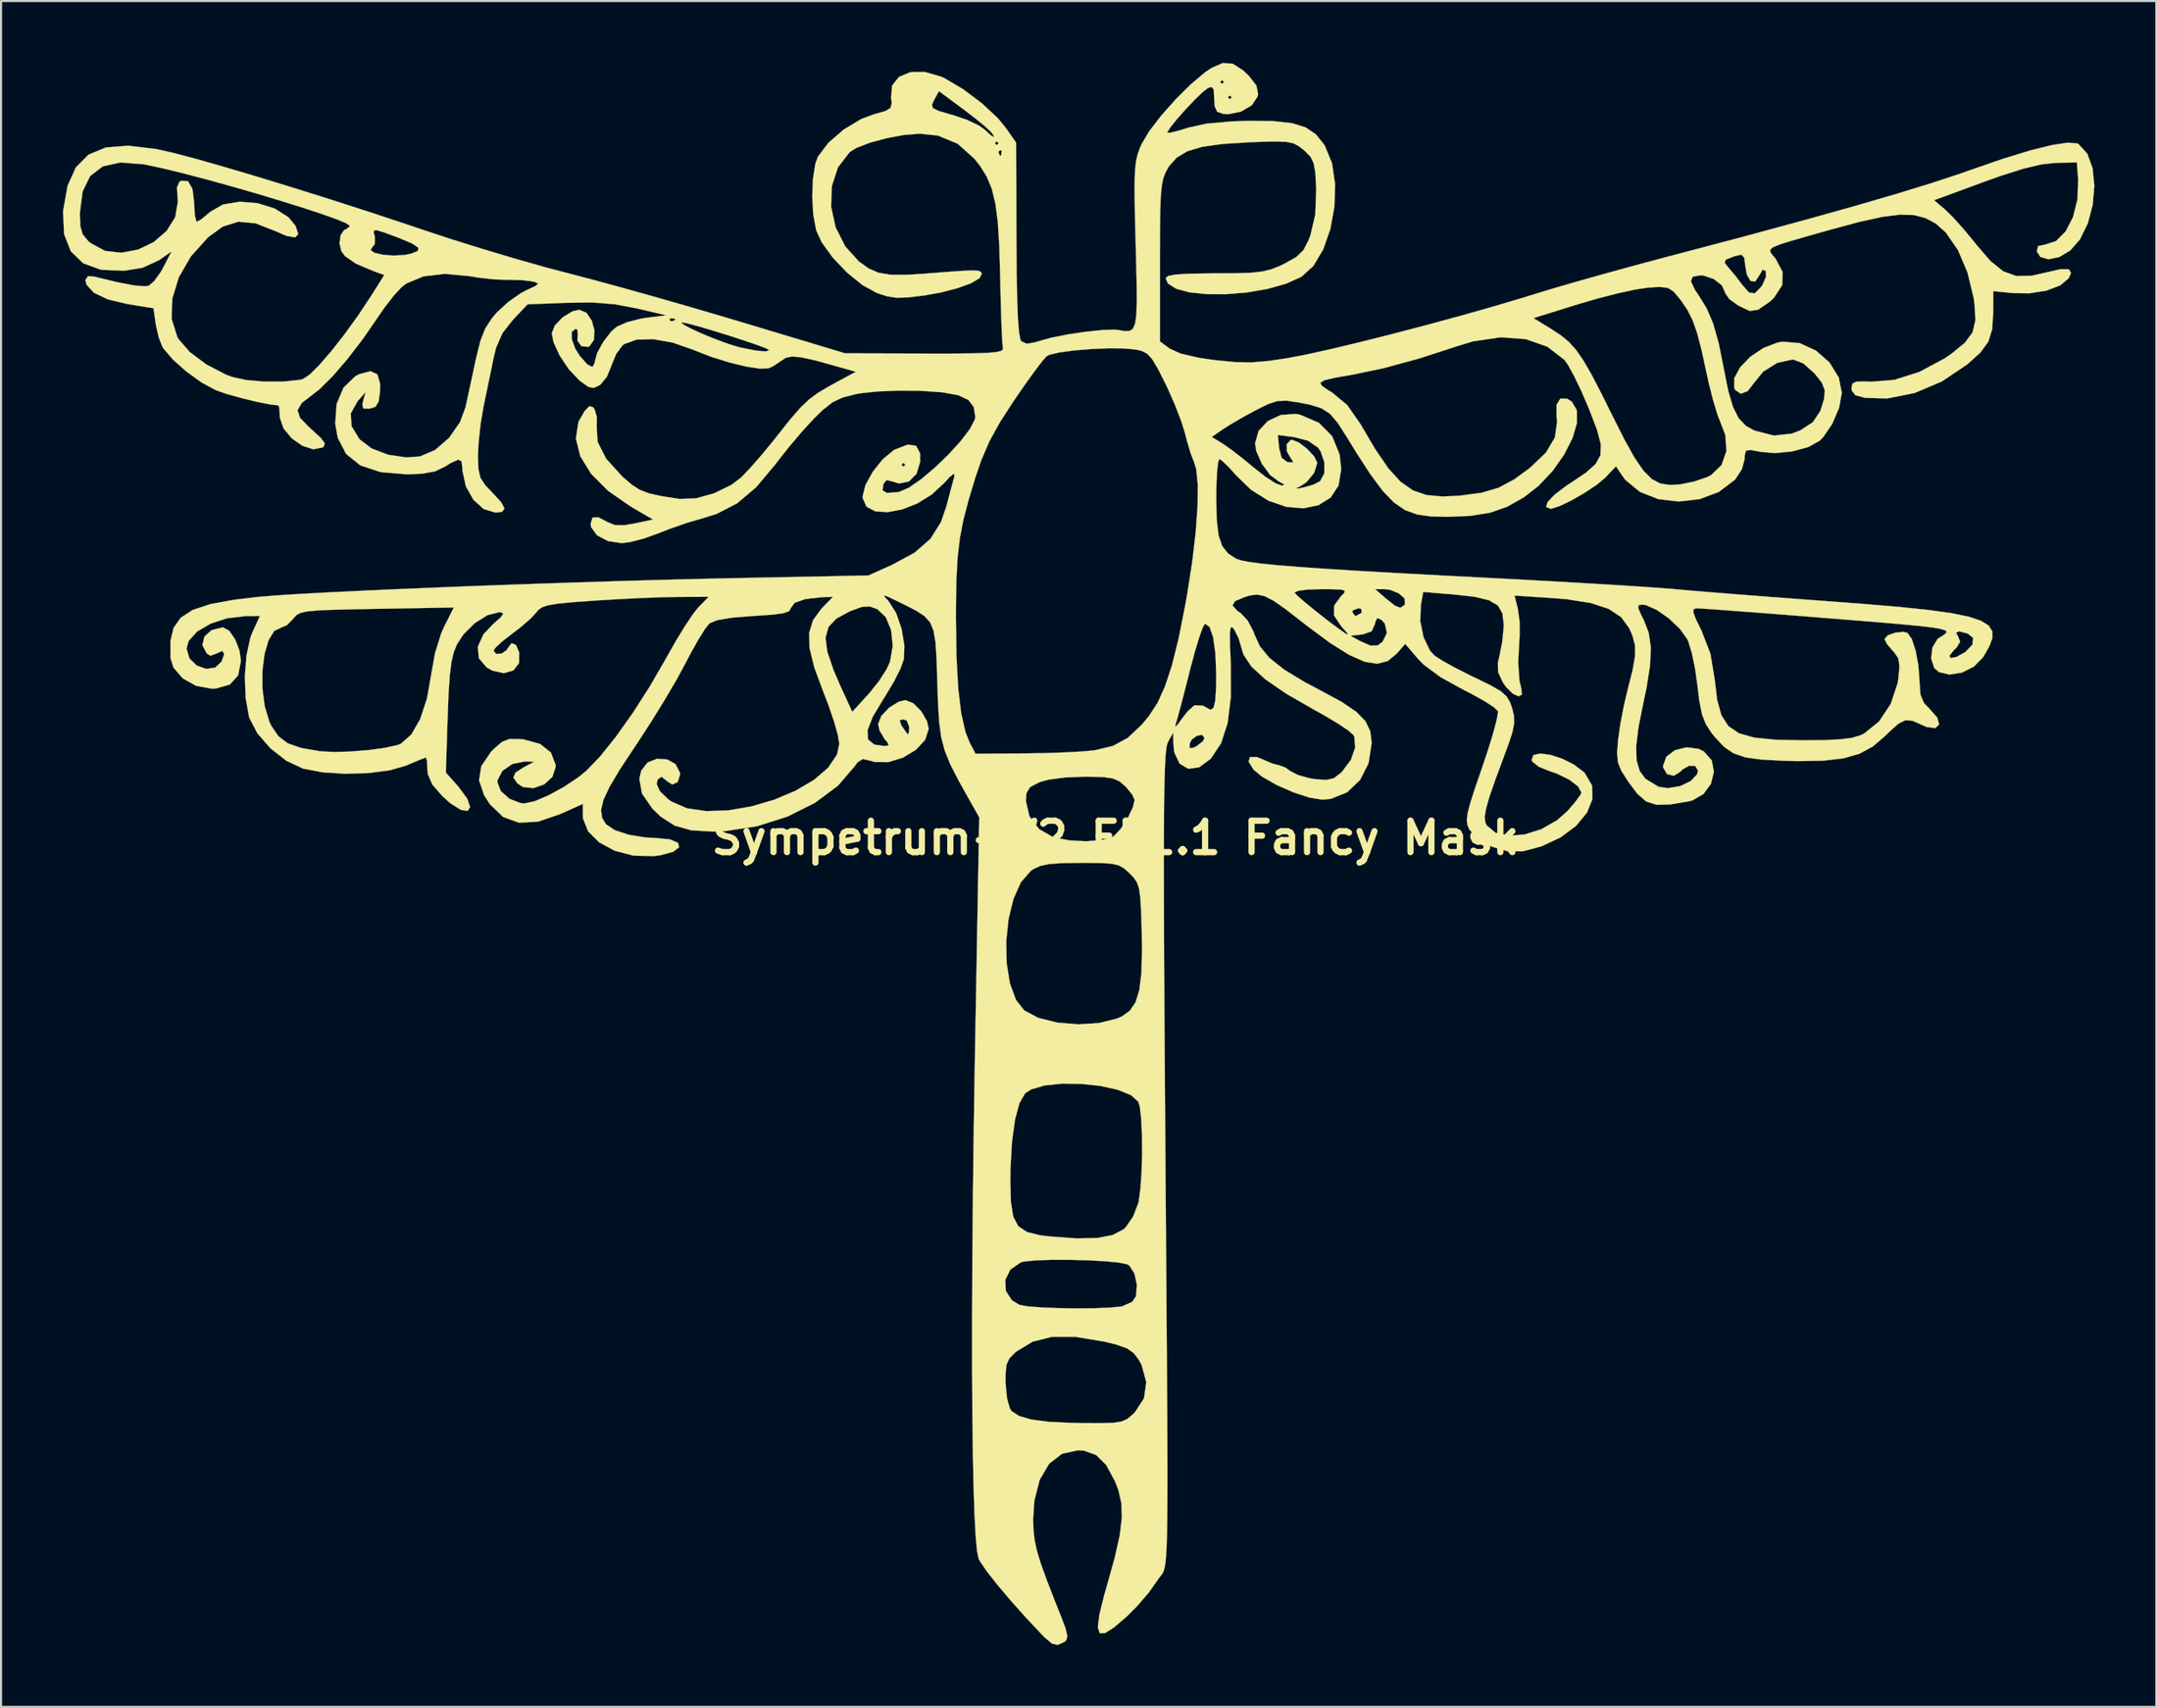
<source format=kicad_pcb>
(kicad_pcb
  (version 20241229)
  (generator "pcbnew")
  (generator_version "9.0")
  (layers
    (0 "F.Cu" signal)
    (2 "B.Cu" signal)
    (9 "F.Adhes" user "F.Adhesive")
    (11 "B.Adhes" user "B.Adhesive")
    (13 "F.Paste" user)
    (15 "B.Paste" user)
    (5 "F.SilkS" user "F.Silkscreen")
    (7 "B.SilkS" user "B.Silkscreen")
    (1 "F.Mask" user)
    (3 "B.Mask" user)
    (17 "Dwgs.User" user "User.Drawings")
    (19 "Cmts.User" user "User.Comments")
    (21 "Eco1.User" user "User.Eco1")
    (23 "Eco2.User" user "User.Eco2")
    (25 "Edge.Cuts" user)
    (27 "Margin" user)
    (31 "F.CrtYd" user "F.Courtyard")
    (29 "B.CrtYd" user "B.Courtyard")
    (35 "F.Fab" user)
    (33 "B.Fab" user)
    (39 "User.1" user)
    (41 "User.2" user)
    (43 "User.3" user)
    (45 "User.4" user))
  (footprint "Sympetrum-V2 FF1.1 Fancy Mask"
    (layer "F.Cu")
    (at 50.949 37.54)
    (property "Reference" "Sympetrum-V2 FF1.1 Fancy Mask" (at 0 0 0) (layer "F.SilkS") (effects (font (size 1.524 1.524) (thickness 0.3))))
    (attr through_hole)
    (fp_poly (pts (xy 5.696 -37.502) (xy 6.211 -37.165) (xy 6.481 -36.905) (xy 6.839 -36.444) (xy 6.917 -36.04) (xy 6.893 -35.911) (xy 6.614 -35.493) (xy 6.096 -35.186) (xy 5.474 -35.059) (xy 5.239 -35.072) (xy 4.94 -35.175) (xy 4.817 -35.447) (xy 4.798 -35.811) (xy 4.794 -35.875) (xy 5.456 -35.875) (xy 5.55 -35.782) (xy 5.644 -35.875) (xy 5.55 -35.968) (xy 5.456 -35.875) (xy 4.794 -35.875) (xy 4.773 -36.245) (xy 4.667 -36.383) (xy 4.485 -36.323) (xy 4.225 -36.12) (xy 3.842 -35.749) (xy 3.408 -35.29) (xy 2.995 -34.824) (xy 2.678 -34.43) (xy 2.527 -34.19) (xy 2.528 -34.157) (xy 2.73 -34.172) (xy 3.169 -34.288) (xy 3.51 -34.398) (xy 4.408 -34.598) (xy 5.664 -34.711) (xy 6.491 -34.735) (xy 7.681 -34.72) (xy 8.567 -34.622) (xy 9.221 -34.419) (xy 9.709 -34.088) (xy 10.102 -33.606) (xy 10.154 -33.522) (xy 10.499 -32.683) (xy 10.647 -31.675) (xy 10.616 -30.586) (xy 10.42 -29.503) (xy 10.076 -28.515) (xy 9.599 -27.71) (xy 9.016 -27.182) (xy 8.269 -26.845) (xy 7.372 -26.593) (xy 6.39 -26.424) (xy 5.391 -26.34) (xy 4.44 -26.341) (xy 3.605 -26.428) (xy 2.952 -26.602) (xy 2.547 -26.862) (xy 2.446 -27.12) (xy 2.557 -27.22) (xy 2.917 -27.289) (xy 3.564 -27.33) (xy 4.538 -27.346) (xy 4.845 -27.347) (xy 5.867 -27.353) (xy 6.602 -27.38) (xy 7.138 -27.44) (xy 7.565 -27.545) (xy 7.972 -27.708) (xy 8.184 -27.81) (xy 8.766 -28.136) (xy 9.12 -28.478) (xy 9.372 -28.976) (xy 9.456 -29.201) (xy 9.69 -30.203) (xy 9.736 -31.418) (xy 9.733 -31.492) (xy 9.692 -32.216) (xy 9.613 -32.68) (xy 9.461 -32.992) (xy 9.199 -33.263) (xy 9.135 -33.319) (xy 8.878 -33.52) (xy 8.622 -33.649) (xy 8.284 -33.717) (xy 7.781 -33.736) (xy 7.029 -33.719) (xy 6.505 -33.699) (xy 5.205 -33.618) (xy 4.223 -33.48) (xy 3.5 -33.266) (xy 2.982 -32.96) (xy 2.61 -32.542) (xy 2.55 -32.445) (xy 2.42 -32.201) (xy 2.323 -31.931) (xy 2.253 -31.577) (xy 2.208 -31.086) (xy 2.181 -30.403) (xy 2.168 -29.47) (xy 2.164 -28.235) (xy 2.164 -27.924) (xy 2.164 -24.052) (xy 2.638 -23.702) (xy 3.17 -23.461) (xy 4.049 -23.257) (xy 4.82 -23.144) (xy 5.773 -23.05) (xy 6.578 -23.034) (xy 7.409 -23.101) (xy 8.359 -23.242) (xy 9.271 -23.418) (xy 10.471 -23.684) (xy 11.888 -24.024) (xy 13.449 -24.417) (xy 15.085 -24.846) (xy 16.318 -25.181) (xy 20.253 -25.181) (xy 21.107 -24.657) (xy 21.571 -24.352) (xy 21.962 -24.031) (xy 22.317 -23.638) (xy 22.678 -23.117) (xy 23.082 -22.414) (xy 23.569 -21.473) (xy 24.05 -20.501) (xy 24.652 -19.306) (xy 25.148 -18.415) (xy 25.579 -17.788) (xy 25.981 -17.385) (xy 26.394 -17.167) (xy 26.856 -17.096) (xy 27.347 -17.124) (xy 28.036 -17.262) (xy 28.675 -17.482) (xy 28.85 -17.57) (xy 29.36 -18.06) (xy 29.598 -18.737) (xy 29.546 -19.513) (xy 29.351 -20.023) (xy 29.169 -20.487) (xy 28.954 -21.2) (xy 28.74 -22.043) (xy 28.634 -22.526) (xy 28.394 -23.63) (xy 28.181 -24.449) (xy 27.966 -25.066) (xy 27.718 -25.563) (xy 27.409 -26.021) (xy 27.337 -26.115) (xy 27.039 -26.469) (xy 26.764 -26.645) (xy 26.376 -26.69) (xy 25.798 -26.657) (xy 25.193 -26.567) (xy 24.348 -26.384) (xy 23.381 -26.136) (xy 22.497 -25.878) (xy 20.253 -25.181) (xy 16.318 -25.181) (xy 16.722 -25.291) (xy 18.289 -25.735) (xy 19.716 -26.158) (xy 20.32 -26.346) (xy 21.201 -26.614) (xy 22.356 -26.949) (xy 23.697 -27.327) (xy 25.133 -27.722) (xy 25.627 -27.855) (xy 29.512 -27.855) (xy 29.694 -27.629) (xy 30.039 -27.218) (xy 30.348 -26.808) (xy 30.686 -26.421) (xy 30.965 -26.378) (xy 31.265 -26.676) (xy 31.339 -26.782) (xy 31.513 -27.18) (xy 31.5 -27.463) (xy 31.349 -27.528) (xy 31.202 -27.27) (xy 30.992 -26.957) (xy 30.768 -26.975) (xy 30.587 -27.289) (xy 30.516 -27.672) (xy 30.459 -28.107) (xy 30.325 -28.252) (xy 30.015 -28.187) (xy 29.919 -28.154) (xy 29.559 -28.006) (xy 29.512 -27.855) (xy 25.627 -27.855) (xy 26.575 -28.109) (xy 27.187 -28.27) (xy 30.367 -29.11) (xy 33.184 -29.874) (xy 35.645 -30.561) (xy 37.756 -31.175) (xy 39.522 -31.717) (xy 40.95 -32.188) (xy 41.409 -32.351) (xy 42.975 -32.893) (xy 44.299 -33.299) (xy 45.359 -33.562) (xy 46.13 -33.678) (xy 46.59 -33.64) (xy 46.637 -33.617) (xy 47.07 -33.147) (xy 47.325 -32.442) (xy 47.411 -31.586) (xy 47.332 -30.668) (xy 47.097 -29.773) (xy 46.712 -28.99) (xy 46.241 -28.452) (xy 45.71 -28.137) (xy 45.196 -28.032) (xy 44.799 -28.142) (xy 44.626 -28.413) (xy 44.685 -28.667) (xy 45.015 -28.737) (xy 45.556 -28.91) (xy 46.024 -29.381) (xy 46.383 -30.081) (xy 46.596 -30.939) (xy 46.628 -31.885) (xy 46.628 -31.889) (xy 46.567 -32.723) (xy 45.532 -32.7) (xy 44.843 -32.626) (xy 43.97 -32.418) (xy 42.854 -32.063) (xy 42.074 -31.784) (xy 39.651 -30.891) (xy 40.192 -30.433) (xy 40.568 -30.064) (xy 41.069 -29.505) (xy 41.596 -28.867) (xy 41.685 -28.754) (xy 42.378 -27.948) (xy 43 -27.447) (xy 43.632 -27.218) (xy 44.358 -27.229) (xy 45.05 -27.383) (xy 45.774 -27.549) (xy 46.179 -27.546) (xy 46.283 -27.368) (xy 46.165 -27.106) (xy 45.757 -26.762) (xy 45.087 -26.511) (xy 44.263 -26.381) (xy 43.509 -26.39) (xy 42.521 -26.486) (xy 42.515 -25.433) (xy 42.463 -24.635) (xy 42.277 -24.037) (xy 41.891 -23.509) (xy 41.257 -22.937) (xy 40.025 -22.11) (xy 38.709 -21.552) (xy 37.387 -21.288) (xy 36.313 -21.317) (xy 35.845 -21.443) (xy 35.665 -21.671) (xy 35.654 -21.785) (xy 35.696 -22.003) (xy 35.885 -22.101) (xy 36.314 -22.111) (xy 36.599 -22.096) (xy 37.728 -22.188) (xy 38.946 -22.575) (xy 40.165 -23.228) (xy 40.506 -23.463) (xy 41.147 -23.988) (xy 41.516 -24.491) (xy 41.655 -25.083) (xy 41.609 -25.877) (xy 41.565 -26.177) (xy 41.267 -27.404) (xy 40.805 -28.481) (xy 40.221 -29.328) (xy 39.734 -29.761) (xy 39.238 -30.026) (xy 38.682 -30.172) (xy 38.009 -30.193) (xy 37.159 -30.088) (xy 36.076 -29.852) (xy 34.702 -29.483) (xy 34.689 -29.48) (xy 33.548 -29.157) (xy 32.723 -28.92) (xy 32.172 -28.746) (xy 31.851 -28.613) (xy 31.716 -28.498) (xy 31.724 -28.378) (xy 31.831 -28.23) (xy 31.971 -28.064) (xy 32.321 -27.409) (xy 32.298 -26.78) (xy 31.901 -26.168) (xy 31.703 -25.981) (xy 31.137 -25.589) (xy 30.728 -25.527) (xy 30.715 -25.531) (xy 30.165 -25.792) (xy 29.738 -26.103) (xy 29.542 -26.384) (xy 29.539 -26.412) (xy 29.375 -26.77) (xy 28.974 -27.08) (xy 28.473 -27.246) (xy 28.349 -27.254) (xy 27.965 -27.189) (xy 27.874 -26.967) (xy 28.069 -26.55) (xy 28.227 -26.32) (xy 28.636 -25.661) (xy 28.958 -24.903) (xy 29.225 -23.955) (xy 29.461 -22.772) (xy 29.681 -21.668) (xy 29.915 -20.873) (xy 30.192 -20.323) (xy 30.543 -19.958) (xy 30.957 -19.731) (xy 31.89 -19.489) (xy 32.763 -19.583) (xy 33.181 -19.745) (xy 33.779 -20.134) (xy 34.147 -20.683) (xy 34.324 -21.262) (xy 34.361 -21.68) (xy 34.218 -22.053) (xy 33.858 -22.508) (xy 33.311 -22.993) (xy 32.823 -23.175) (xy 32.803 -23.175) (xy 32.055 -23.011) (xy 31.372 -22.584) (xy 30.949 -22.06) (xy 30.628 -21.645) (xy 30.296 -21.517) (xy 30.029 -21.694) (xy 29.979 -21.796) (xy 29.979 -22.27) (xy 30.262 -22.797) (xy 30.754 -23.306) (xy 31.382 -23.729) (xy 32.074 -23.995) (xy 32.307 -24.037) (xy 33.142 -23.968) (xy 33.931 -23.607) (xy 34.59 -23.027) (xy 35.036 -22.3) (xy 35.184 -21.564) (xy 35.055 -20.842) (xy 34.722 -20.06) (xy 34.27 -19.398) (xy 34.119 -19.246) (xy 33.563 -18.934) (xy 32.789 -18.723) (xy 31.948 -18.64) (xy 31.232 -18.705) (xy 30.755 -18.796) (xy 30.54 -18.753) (xy 30.482 -18.529) (xy 30.48 -18.362) (xy 30.348 -17.865) (xy 30.023 -17.367) (xy 30.01 -17.353) (xy 29.232 -16.762) (xy 28.296 -16.41) (xy 27.289 -16.295) (xy 26.297 -16.413) (xy 25.408 -16.762) (xy 24.708 -17.339) (xy 24.563 -17.533) (xy 24.251 -18.002) (xy 23.737 -17.46) (xy 23.332 -17.118) (xy 22.755 -16.732) (xy 22.12 -16.365) (xy 21.54 -16.083) (xy 21.127 -15.948) (xy 21.079 -15.945) (xy 20.865 -16.034) (xy 20.944 -16.276) (xy 21.288 -16.634) (xy 21.866 -17.071) (xy 22.072 -17.206) (xy 22.795 -17.692) (xy 23.264 -18.11) (xy 23.498 -18.54) (xy 23.516 -19.061) (xy 23.337 -19.753) (xy 22.98 -20.693) (xy 22.931 -20.814) (xy 22.576 -21.638) (xy 22.224 -22.371) (xy 21.922 -22.921) (xy 21.757 -23.153) (xy 20.927 -23.795) (xy 19.882 -24.163) (xy 18.67 -24.252) (xy 17.336 -24.055) (xy 16.615 -23.839) (xy 14.746 -23.232) (xy 12.995 -22.754) (xy 11.477 -22.437) (xy 10.636 -22.29) (xy 10.133 -22.172) (xy 9.933 -22.052) (xy 10.003 -21.902) (xy 10.307 -21.693) (xy 10.486 -21.587) (xy 11.229 -20.973) (xy 11.864 -20.066) (xy 12.588 -18.836) (xy 13.219 -17.913) (xy 13.811 -17.258) (xy 14.413 -16.835) (xy 15.077 -16.607) (xy 15.855 -16.538) (xy 16.697 -16.58) (xy 17.742 -16.719) (xy 18.568 -16.963) (xy 19.332 -17.373) (xy 20.088 -17.929) (xy 20.862 -18.669) (xy 21.291 -19.398) (xy 21.4 -20.165) (xy 21.371 -20.427) (xy 21.369 -20.983) (xy 21.555 -21.28) (xy 21.884 -21.276) (xy 22.11 -21.134) (xy 22.358 -20.707) (xy 22.358 -20.096) (xy 22.141 -19.362) (xy 21.738 -18.569) (xy 21.182 -17.779) (xy 20.503 -17.057) (xy 19.796 -16.504) (xy 18.986 -16.046) (xy 18.165 -15.756) (xy 17.212 -15.602) (xy 16.113 -15.554) (xy 15.293 -15.572) (xy 14.615 -15.669) (xy 14.031 -15.883) (xy 13.493 -16.253) (xy 12.953 -16.815) (xy 12.362 -17.609) (xy 11.673 -18.672) (xy 11.213 -19.422) (xy 10.771 -20.112) (xy 10.395 -20.552) (xy 9.977 -20.819) (xy 9.406 -20.993) (xy 8.87 -21.097) (xy 8.288 -21.182) (xy 7.849 -21.163) (xy 7.395 -21.011) (xy 6.804 -20.719) (xy 6.142 -20.358) (xy 5.535 -20.002) (xy 5.208 -19.792) (xy 4.677 -19.423) (xy 5.208 -19.096) (xy 5.626 -18.804) (xy 6.195 -18.363) (xy 6.742 -17.913) (xy 7.285 -17.487) (xy 7.756 -17.184) (xy 8.054 -17.069) (xy 8.059 -17.069) (xy 8.203 -17.113) (xy 7.991 -17.231) (xy 7.95 -17.248) (xy 7.504 -17.579) (xy 7.1 -18.127) (xy 6.831 -18.744) (xy 6.774 -19.108) (xy 6.889 -19.52) (xy 7.874 -19.52) (xy 7.935 -18.892) (xy 8.057 -18.411) (xy 8.331 -18.208) (xy 8.373 -18.199) (xy 8.623 -18.189) (xy 8.551 -18.335) (xy 8.514 -18.374) (xy 8.312 -18.728) (xy 8.309 -19.075) (xy 8.496 -19.272) (xy 8.569 -19.282) (xy 8.897 -19.152) (xy 9.297 -18.844) (xy 9.636 -18.477) (xy 9.784 -18.172) (xy 9.784 -18.166) (xy 9.632 -17.68) (xy 9.261 -17.229) (xy 8.972 -17.042) (xy 8.745 -16.931) (xy 8.845 -16.924) (xy 9.124 -16.975) (xy 9.609 -17.117) (xy 9.924 -17.28) (xy 10.125 -17.657) (xy 10.13 -18.19) (xy 9.948 -18.726) (xy 9.829 -18.902) (xy 9.337 -19.242) (xy 8.686 -19.412) (xy 7.874 -19.52) (xy 6.889 -19.52) (xy 6.943 -19.712) (xy 7.389 -20.192) (xy 8.019 -20.487) (xy 8.742 -20.538) (xy 8.957 -20.499) (xy 9.864 -20.109) (xy 10.504 -19.462) (xy 10.865 -18.575) (xy 10.944 -17.869) (xy 10.816 -17.072) (xy 10.431 -16.487) (xy 9.844 -16.118) (xy 9.111 -15.966) (xy 8.287 -16.037) (xy 7.426 -16.334) (xy 6.583 -16.86) (xy 5.879 -17.541) (xy 5.48 -17.983) (xy 5.167 -18.278) (xy 5.04 -18.355) (xy 4.979 -18.182) (xy 4.93 -17.716) (xy 4.899 -17.035) (xy 4.892 -16.449) (xy 4.916 -15.405) (xy 5.004 -14.659) (xy 5.179 -14.141) (xy 5.463 -13.781) (xy 5.845 -13.528) (xy 6.074 -13.448) (xy 6.467 -13.37) (xy 7.051 -13.291) (xy 7.847 -13.21) (xy 8.882 -13.126) (xy 10.178 -13.035) (xy 11.759 -12.936) (xy 13.651 -12.828) (xy 15.876 -12.709) (xy 17.78 -12.611) (xy 19.5 -12.521) (xy 21.183 -12.428) (xy 22.772 -12.337) (xy 24.212 -12.251) (xy 25.446 -12.172) (xy 26.419 -12.104) (xy 27.075 -12.051) (xy 27.093 -12.049) (xy 27.832 -11.983) (xy 28.87 -11.897) (xy 30.129 -11.797) (xy 31.533 -11.688) (xy 33.006 -11.577) (xy 34.149 -11.492) (xy 36.236 -11.335) (xy 37.972 -11.188) (xy 39.384 -11.041) (xy 40.497 -10.886) (xy 41.337 -10.714) (xy 41.929 -10.516) (xy 42.298 -10.283) (xy 42.471 -10.006) (xy 42.473 -9.676) (xy 42.329 -9.284) (xy 42.066 -8.822) (xy 42.017 -8.745) (xy 41.575 -8.294) (xy 40.998 -8.008) (xy 40.398 -7.913) (xy 39.887 -8.033) (xy 39.655 -8.237) (xy 39.51 -8.702) (xy 39.525 -8.825) (xy 40.394 -8.825) (xy 40.454 -8.709) (xy 40.73 -8.763) (xy 41.158 -8.999) (xy 41.163 -9.002) (xy 41.51 -9.359) (xy 41.542 -9.686) (xy 41.283 -9.899) (xy 40.858 -10.011) (xy 40.714 -9.935) (xy 40.815 -9.75) (xy 40.914 -9.503) (xy 40.737 -9.219) (xy 40.614 -9.101) (xy 40.394 -8.825) (xy 39.525 -8.825) (xy 39.575 -9.229) (xy 39.82 -9.634) (xy 39.887 -9.684) (xy 40.079 -9.802) (xy 40.214 -9.9) (xy 40.26 -9.983) (xy 40.189 -10.056) (xy 39.967 -10.125) (xy 39.566 -10.193) (xy 38.954 -10.266) (xy 38.101 -10.348) (xy 36.975 -10.445) (xy 35.545 -10.561) (xy 33.782 -10.702) (xy 33.114 -10.755) (xy 31.821 -10.857) (xy 30.641 -10.948) (xy 29.629 -11.024) (xy 28.841 -11.081) (xy 28.333 -11.115) (xy 28.172 -11.123) (xy 28.012 -11.086) (xy 27.991 -10.929) (xy 28.125 -10.579) (xy 28.381 -10.058) (xy 28.819 -8.932) (xy 29.03 -7.667) (xy 29.03 -7.662) (xy 29.147 -6.684) (xy 29.351 -5.947) (xy 29.687 -5.419) (xy 30.206 -5.066) (xy 30.956 -4.856) (xy 31.983 -4.754) (xy 33.302 -4.728) (xy 34.364 -4.738) (xy 35.128 -4.775) (xy 35.669 -4.847) (xy 36.065 -4.963) (xy 36.266 -5.057) (xy 36.988 -5.641) (xy 37.548 -6.482) (xy 37.885 -7.484) (xy 37.923 -7.719) (xy 37.977 -8.321) (xy 37.919 -8.699) (xy 37.722 -8.991) (xy 37.651 -9.064) (xy 37.366 -9.4) (xy 37.253 -9.637) (xy 37.413 -9.814) (xy 37.775 -9.943) (xy 38.168 -9.981) (xy 38.365 -9.93) (xy 38.572 -9.634) (xy 38.756 -9.077) (xy 38.889 -8.366) (xy 38.945 -7.611) (xy 38.946 -7.554) (xy 38.992 -6.935) (xy 39.168 -6.527) (xy 39.417 -6.269) (xy 39.804 -5.831) (xy 39.894 -5.494) (xy 39.715 -5.32) (xy 39.297 -5.372) (xy 39.053 -5.479) (xy 38.611 -5.675) (xy 38.268 -5.703) (xy 37.921 -5.53) (xy 37.465 -5.124) (xy 37.26 -4.92) (xy 36.683 -4.428) (xy 36.041 -4.078) (xy 35.264 -3.855) (xy 34.285 -3.741) (xy 33.035 -3.72) (xy 32.367 -3.737) (xy 31.302 -3.793) (xy 30.526 -3.9) (xy 29.95 -4.094) (xy 29.486 -4.407) (xy 29.047 -4.874) (xy 28.87 -5.096) (xy 28.598 -5.513) (xy 28.413 -5.993) (xy 28.283 -6.647) (xy 28.198 -7.359) (xy 28.082 -8.186) (xy 27.923 -8.953) (xy 27.749 -9.524) (xy 27.704 -9.624) (xy 27.343 -10.13) (xy 26.811 -10.634) (xy 26.223 -11.047) (xy 25.696 -11.28) (xy 25.537 -11.303) (xy 25.346 -11.28) (xy 25.322 -11.141) (xy 25.469 -10.8) (xy 25.584 -10.575) (xy 25.83 -9.948) (xy 25.936 -9.237) (xy 25.901 -8.368) (xy 25.727 -7.267) (xy 25.584 -6.591) (xy 25.339 -5.37) (xy 25.226 -4.441) (xy 25.246 -3.748) (xy 25.4 -3.236) (xy 25.674 -2.865) (xy 26.311 -2.476) (xy 26.761 -2.41) (xy 27.36 -2.508) (xy 27.872 -2.755) (xy 28.181 -3.086) (xy 28.222 -3.255) (xy 28.092 -3.479) (xy 27.793 -3.497) (xy 27.465 -3.314) (xy 27.376 -3.214) (xy 27.052 -3.01) (xy 26.721 -3.092) (xy 26.535 -3.408) (xy 26.529 -3.494) (xy 26.692 -3.937) (xy 27.107 -4.248) (xy 27.661 -4.388) (xy 28.241 -4.316) (xy 28.506 -4.188) (xy 28.885 -3.755) (xy 28.99 -3.202) (xy 28.849 -2.628) (xy 28.491 -2.132) (xy 27.946 -1.814) (xy 27.804 -1.777) (xy 26.877 -1.62) (xy 26.212 -1.606) (xy 25.715 -1.766) (xy 25.289 -2.131) (xy 24.847 -2.72) (xy 24.508 -3.253) (xy 24.341 -3.673) (xy 24.305 -4.145) (xy 24.352 -4.751) (xy 24.464 -5.536) (xy 24.644 -6.463) (xy 24.834 -7.254) (xy 25.063 -8.165) (xy 25.174 -8.825) (xy 25.169 -9.335) (xy 25.05 -9.793) (xy 24.896 -10.148) (xy 24.506 -10.689) (xy 23.9 -11.093) (xy 23.034 -11.379) (xy 21.864 -11.563) (xy 21.155 -11.621) (xy 19.336 -11.739) (xy 19.493 -11.107) (xy 19.581 -10.481) (xy 19.585 -9.798) (xy 19.579 -9.734) (xy 19.513 -8.514) (xy 19.575 -7.605) (xy 19.66 -7.258) (xy 19.691 -6.941) (xy 19.529 -6.859) (xy 19.25 -6.99) (xy 18.928 -7.309) (xy 18.766 -7.546) (xy 18.543 -8.028) (xy 18.53 -8.483) (xy 18.614 -8.843) (xy 18.747 -9.519) (xy 18.813 -10.245) (xy 18.814 -10.332) (xy 18.754 -10.871) (xy 18.536 -11.254) (xy 18.104 -11.512) (xy 17.404 -11.681) (xy 16.44 -11.789) (xy 14.915 -11.915) (xy 14.8 -11.288) (xy 14.771 -10.499) (xy 14.932 -9.713) (xy 15.244 -9.07) (xy 15.466 -8.828) (xy 15.83 -8.591) (xy 16.429 -8.258) (xy 17.156 -7.888) (xy 17.448 -7.748) (xy 18.193 -7.384) (xy 18.671 -7.106) (xy 18.956 -6.851) (xy 19.126 -6.556) (xy 19.217 -6.293) (xy 19.309 -5.916) (xy 19.32 -5.558) (xy 19.233 -5.121) (xy 19.031 -4.505) (xy 18.823 -3.944) (xy 18.413 -2.838) (xy 18.13 -2.022) (xy 17.962 -1.441) (xy 17.894 -1.043) (xy 17.914 -0.772) (xy 17.989 -0.604) (xy 18.424 -0.244) (xy 19.067 -0.103) (xy 19.832 -0.168) (xy 20.636 -0.422) (xy 21.393 -0.852) (xy 21.896 -1.297) (xy 22.276 -1.739) (xy 22.524 -2.077) (xy 22.578 -2.197) (xy 22.412 -2.498) (xy 21.977 -2.828) (xy 21.369 -3.123) (xy 21.041 -3.233) (xy 20.506 -3.45) (xy 20.198 -3.699) (xy 20.165 -3.775) (xy 20.25 -4.011) (xy 20.581 -4.087) (xy 21.072 -4.023) (xy 21.642 -3.838) (xy 22.208 -3.555) (xy 22.684 -3.193) (xy 22.739 -3.137) (xy 23.089 -2.54) (xy 23.111 -1.885) (xy 22.842 -1.219) (xy 22.317 -0.585) (xy 21.57 -0.027) (xy 20.639 0.409) (xy 19.728 0.651) (xy 19.001 0.645) (xy 18.235 0.424) (xy 17.568 0.047) (xy 17.146 -0.415) (xy 17.054 -0.633) (xy 17.026 -0.887) (xy 17.075 -1.241) (xy 17.215 -1.76) (xy 17.458 -2.508) (xy 17.762 -3.387) (xy 18.068 -4.303) (xy 18.313 -5.106) (xy 18.476 -5.726) (xy 18.537 -6.093) (xy 18.531 -6.147) (xy 18.326 -6.341) (xy 17.861 -6.641) (xy 17.219 -6.997) (xy 16.854 -7.181) (xy 15.749 -7.792) (xy 14.933 -8.399) (xy 14.663 -8.675) (xy 14.045 -9.4) (xy 13.632 -8.927) (xy 13.204 -8.573) (xy 12.701 -8.437) (xy 12.088 -8.531) (xy 11.331 -8.865) (xy 10.397 -9.451) (xy 9.937 -9.793) (xy 11.389 -9.793) (xy 11.856 -9.538) (xy 12.366 -9.313) (xy 12.712 -9.325) (xy 12.945 -9.493) (xy 13.156 -9.924) (xy 13.057 -10.379) (xy 12.903 -10.556) (xy 12.691 -10.656) (xy 12.589 -10.445) (xy 12.573 -10.347) (xy 12.414 -10.009) (xy 12.002 -9.863) (xy 11.95 -9.856) (xy 11.389 -9.793) (xy 9.937 -9.793) (xy 9.253 -10.301) (xy 9.031 -10.476) (xy 8.24 -11.09) (xy 7.663 -11.493) (xy 7.23 -11.715) (xy 6.87 -11.788) (xy 6.514 -11.742) (xy 6.294 -11.677) (xy 5.805 -11.473) (xy 5.677 -11.267) (xy 5.898 -11.012) (xy 6.079 -10.886) (xy 6.413 -10.529) (xy 6.694 -9.997) (xy 6.74 -9.862) (xy 7.01 -9.272) (xy 7.471 -8.718) (xy 8.171 -8.16) (xy 9.154 -7.561) (xy 9.965 -7.131) (xy 10.975 -6.583) (xy 11.676 -6.107) (xy 12.119 -5.652) (xy 12.35 -5.168) (xy 12.418 -4.606) (xy 12.418 -4.592) (xy 12.269 -3.619) (xy 11.858 -2.807) (xy 11.234 -2.212) (xy 10.447 -1.893) (xy 10.037 -1.854) (xy 9.406 -1.954) (xy 8.616 -2.213) (xy 7.805 -2.571) (xy 7.109 -2.97) (xy 6.708 -3.299) (xy 6.461 -3.693) (xy 6.526 -3.917) (xy 6.857 -3.919) (xy 7.151 -3.8) (xy 7.599 -3.606) (xy 7.921 -3.523) (xy 7.925 -3.523) (xy 8.24 -3.408) (xy 8.466 -3.245) (xy 8.838 -3.051) (xy 9.405 -2.892) (xy 9.641 -2.851) (xy 10.214 -2.805) (xy 10.589 -2.891) (xy 10.932 -3.154) (xy 10.984 -3.205) (xy 11.411 -3.776) (xy 11.622 -4.379) (xy 11.581 -4.896) (xy 11.534 -4.988) (xy 11.297 -5.198) (xy 10.807 -5.527) (xy 10.142 -5.926) (xy 9.629 -6.211) (xy 8.283 -6.986) (xy 7.278 -7.677) (xy 6.596 -8.301) (xy 6.216 -8.875) (xy 6.135 -9.136) (xy 5.975 -9.679) (xy 5.758 -10.11) (xy 5.757 -10.111) (xy 5.646 -10.22) (xy 5.579 -10.153) (xy 5.551 -9.86) (xy 5.559 -9.293) (xy 5.596 -8.421) (xy 5.601 -6.841) (xy 5.446 -5.569) (xy 5.123 -4.578) (xy 4.627 -3.837) (xy 4.623 -3.832) (xy 4.062 -3.418) (xy 3.54 -3.348) (xy 3.12 -3.597) (xy 2.864 -4.138) (xy 2.841 -4.344) (xy 3.605 -4.344) (xy 3.798 -4.373) (xy 3.934 -4.441) (xy 4.241 -4.675) (xy 4.327 -4.841) (xy 4.211 -4.991) (xy 3.956 -4.948) (xy 3.706 -4.764) (xy 3.607 -4.571) (xy 3.605 -4.344) (xy 2.841 -4.344) (xy 2.816 -4.576) (xy 2.809 -5.099) (xy 2.55 -4.638) (xy 2.506 -4.511) (xy 2.468 -4.283) (xy 2.436 -3.934) (xy 2.409 -3.443) (xy 2.388 -2.788) (xy 2.372 -1.948) (xy 2.362 -0.902) (xy 2.356 0.372) (xy 2.356 1.893) (xy 2.36 3.683) (xy 2.368 5.764) (xy 2.381 8.156) (xy 2.399 10.881) (xy 2.416 13.346) (xy 2.44 16.654) (xy 2.461 19.61) (xy 2.481 22.237) (xy 2.497 24.553) (xy 2.51 26.579) (xy 2.52 28.335) (xy 2.527 29.841) (xy 2.529 31.118) (xy 2.526 32.185) (xy 2.519 33.063) (xy 2.507 33.771) (xy 2.489 34.331) (xy 2.465 34.762) (xy 2.436 35.084) (xy 2.399 35.318) (xy 2.356 35.484) (xy 2.306 35.601) (xy 2.249 35.691) (xy 2.183 35.772) (xy 2.109 35.866) (xy 2.038 35.974) (xy 1.621 36.562) (xy 1.054 37.222) (xy 0.588 37.689) (xy -0.045 38.236) (xy -0.488 38.52) (xy -0.75 38.525) (xy -0.841 38.236) (xy -0.768 37.64) (xy -0.543 36.722) (xy -0.378 36.147) (xy -0.01 34.823) (xy 0.222 33.775) (xy 0.324 32.933) (xy 0.3 32.23) (xy 0.156 31.596) (xy -0.004 31.179) (xy -0.438 30.375) (xy -0.922 29.892) (xy -1.513 29.682) (xy -1.804 29.664) (xy -2.576 29.833) (xy -3.199 30.318) (xy -3.653 31.086) (xy -3.915 32.103) (xy -3.973 32.993) (xy -3.959 33.511) (xy -3.906 33.995) (xy -3.795 34.515) (xy -3.608 35.136) (xy -3.325 35.925) (xy -2.927 36.95) (xy -2.628 37.699) (xy -2.398 38.31) (xy -2.317 38.672) (xy -2.371 38.872) (xy -2.461 38.947) (xy -2.778 39.092) (xy -3.056 39.032) (xy -3.416 38.729) (xy -3.542 38.6) (xy -4.318 37.775) (xy -5.057 36.946) (xy -5.709 36.174) (xy -6.222 35.52) (xy -6.546 35.046) (xy -6.614 34.916) (xy -6.691 34.536) (xy -6.757 33.807) (xy -6.813 32.748) (xy -6.858 31.382) (xy -6.893 29.729) (xy -6.916 27.809) (xy -6.926 26.012) (xy -5.312 26.012) (xy -5.307 26.427) (xy -5.241 27.143) (xy -5.099 27.641) (xy -5.012 27.771) (xy -4.644 28.008) (xy -4.063 28.176) (xy -3.223 28.284) (xy -2.075 28.339) (xy -1.538 28.347) (xy -0.661 28.352) (xy -0.073 28.332) (xy 0.313 28.27) (xy 0.585 28.148) (xy 0.83 27.946) (xy 0.955 27.824) (xy 1.395 27.149) (xy 1.505 26.359) (xy 1.28 25.531) (xy 1.142 25.279) (xy 0.892 24.951) (xy 0.564 24.724) (xy 0.05 24.542) (xy -0.541 24.398) (xy -1.927 24.169) (xy -3.064 24.169) (xy -4.001 24.405) (xy -4.79 24.884) (xy -4.831 24.918) (xy -5.121 25.208) (xy -5.267 25.529) (xy -5.312 26.012) (xy -6.926 26.012) (xy -6.928 25.644) (xy -6.928 23.254) (xy -6.92 21.406) (xy -5.322 21.406) (xy -5.299 21.937) (xy -5.003 22.399) (xy -4.644 22.618) (xy -4.274 22.689) (xy -3.627 22.742) (xy -2.802 22.777) (xy -1.899 22.792) (xy -1.017 22.785) (xy -0.255 22.755) (xy 0.288 22.701) (xy 0.336 22.692) (xy 0.827 22.474) (xy 1.008 22.201) (xy 1.05 21.643) (xy 0.931 21.1) (xy 0.691 20.722) (xy 0.59 20.658) (xy 0.199 20.574) (xy -0.467 20.508) (xy -1.308 20.462) (xy -2.223 20.438) (xy -3.113 20.439) (xy -3.877 20.466) (xy -4.416 20.521) (xy -4.566 20.559) (xy -5.077 20.911) (xy -5.322 21.406) (xy -6.92 21.406) (xy -6.917 20.661) (xy -6.895 17.884) (xy -6.88 16.619) (xy -5.079 16.619) (xy -5.051 17.636) (xy -4.937 18.347) (xy -4.693 18.811) (xy -4.275 19.092) (xy -3.641 19.25) (xy -3.169 19.308) (xy -1.858 19.403) (xy -0.858 19.381) (xy -0.124 19.238) (xy 0.393 18.968) (xy 0.504 18.869) (xy 0.867 18.348) (xy 1.121 17.685) (xy 1.142 17.588) (xy 1.226 16.958) (xy 1.28 16.149) (xy 1.303 15.256) (xy 1.296 14.374) (xy 1.259 13.599) (xy 1.193 13.025) (xy 1.124 12.784) (xy 0.759 12.457) (xy 0.114 12.198) (xy -0.717 12.015) (xy -1.642 11.915) (xy -2.57 11.904) (xy -3.408 11.99) (xy -4.064 12.18) (xy -4.361 12.372) (xy -4.636 12.847) (xy -4.851 13.646) (xy -4.999 14.727) (xy -5.072 16.046) (xy -5.079 16.619) (xy -6.88 16.619) (xy -6.86 14.946) (xy -6.813 11.867) (xy -6.793 10.672) (xy -6.691 5.001) (xy -5.276 5.001) (xy -5.256 6.066) (xy -5.1 7.043) (xy -4.805 7.846) (xy -4.406 8.356) (xy -3.729 8.717) (xy -2.819 8.945) (xy -1.798 9.031) (xy -0.787 8.969) (xy 0.093 8.75) (xy 0.324 8.648) (xy 0.709 8.371) (xy 0.988 7.96) (xy 1.171 7.364) (xy 1.271 6.532) (xy 1.299 5.416) (xy 1.285 4.519) (xy 1.255 3.559) (xy 1.217 2.895) (xy 1.155 2.451) (xy 1.053 2.151) (xy 0.895 1.921) (xy 0.701 1.719) (xy 0.442 1.484) (xy 0.184 1.334) (xy -0.165 1.251) (xy -0.692 1.216) (xy -1.488 1.209) (xy -1.69 1.209) (xy -2.593 1.222) (xy -3.211 1.267) (xy -3.636 1.358) (xy -3.957 1.509) (xy -4.084 1.595) (xy -4.565 2.145) (xy -4.926 2.953) (xy -5.165 3.934) (xy -5.276 5.001) (xy -6.691 5.001) (xy -6.583 -0.998) (xy -7.033 -1.796) (xy -4.327 -1.796) (xy -4.153 -1.047) (xy -3.684 -0.425) (xy -3 -0.033) (xy -2.951 -0.019) (xy -2.2 0.123) (xy -1.39 0.163) (xy -0.656 0.105) (xy -0.13 -0.048) (xy -0.066 -0.086) (xy 0.271 -0.437) (xy 0.611 -0.961) (xy 0.863 -1.5) (xy 0.941 -1.844) (xy 0.818 -2.109) (xy 0.518 -2.472) (xy 0.479 -2.511) (xy 0.207 -2.741) (xy -0.101 -2.878) (xy -0.547 -2.945) (xy -1.235 -2.966) (xy -1.503 -2.966) (xy -2.433 -2.928) (xy -3.222 -2.823) (xy -3.675 -2.698) (xy -4.116 -2.466) (xy -4.297 -2.171) (xy -4.327 -1.796) (xy -7.033 -1.796) (xy -7.06 -1.843) (xy -7.603 -2.818) (xy -7.993 -3.583) (xy -8.258 -4.24) (xy -8.426 -4.887) (xy -8.524 -5.625) (xy -8.579 -6.555) (xy -8.611 -7.498) (xy -8.647 -8.624) (xy -8.697 -9.446) (xy -8.792 -10.03) (xy -8.962 -10.443) (xy -9.093 -10.589) (xy -7.713 -10.589) (xy -7.684 -8.731) (xy -7.599 -7.216) (xy -7.455 -6.021) (xy -7.249 -5.123) (xy -7.043 -4.61) (xy -6.764 -4.079) (xy -4.37 -4.092) (xy -3.349 -4.109) (xy -2.364 -4.144) (xy -1.53 -4.192) (xy -0.983 -4.245) (xy -0.114 -4.453) (xy 0.61 -4.846) (xy 1.271 -5.469) (xy 2.915 -5.469) (xy 2.916 -5.37) (xy 3.074 -5.552) (xy 3.18 -5.707) (xy 3.508 -6.131) (xy 3.812 -6.399) (xy 3.861 -6.423) (xy 4.239 -6.411) (xy 4.394 -6.326) (xy 4.615 -6.204) (xy 4.762 -6.298) (xy 4.848 -6.648) (xy 4.886 -7.299) (xy 4.892 -7.898) (xy 4.853 -8.935) (xy 4.744 -9.721) (xy 4.572 -10.217) (xy 4.354 -10.382) (xy 4.248 -10.213) (xy 4.079 -9.751) (xy 3.87 -9.063) (xy 3.643 -8.219) (xy 3.616 -8.111) (xy 3.388 -7.211) (xy 3.181 -6.416) (xy 3.017 -5.81) (xy 2.918 -5.477) (xy 2.915 -5.469) (xy 1.271 -5.469) (xy 1.295 -5.492) (xy 1.641 -5.912) (xy 2.052 -6.544) (xy 2.417 -7.35) (xy 2.753 -8.375) (xy 3.073 -9.664) (xy 3.39 -11.262) (xy 3.497 -11.864) (xy 3.5 -11.887) (xy 8.685 -11.887) (xy 8.686 -11.878) (xy 8.848 -11.707) (xy 9.225 -11.382) (xy 9.729 -10.971) (xy 10.273 -10.544) (xy 10.772 -10.167) (xy 11.138 -9.91) (xy 11.275 -9.837) (xy 11.219 -9.945) (xy 10.975 -10.224) (xy 10.945 -10.255) (xy 10.595 -10.778) (xy 10.599 -10.939) (xy 11.477 -10.939) (xy 11.612 -10.759) (xy 11.654 -10.753) (xy 11.909 -10.888) (xy 11.947 -10.939) (xy 11.905 -11.097) (xy 11.77 -11.124) (xy 11.513 -11.027) (xy 11.477 -10.939) (xy 10.599 -10.939) (xy 10.608 -11.26) (xy 10.913 -11.68) (xy 11.095 -11.873) (xy 11.112 -11.984) (xy 10.906 -12.035) (xy 10.417 -12.05) (xy 9.956 -12.051) (xy 12.585 -12.051) (xy 13.113 -11.593) (xy 13.546 -11.249) (xy 13.808 -11.148) (xy 13.987 -11.267) (xy 14.035 -11.338) (xy 14.015 -11.595) (xy 13.735 -11.848) (xy 13.305 -12.02) (xy 13.03 -12.051) (xy 12.585 -12.051) (xy 9.956 -12.051) (xy 9.306 -12.029) (xy 8.853 -11.97) (xy 8.685 -11.887) (xy 3.5 -11.887) (xy 3.737 -13.414) (xy 3.902 -14.839) (xy 3.99 -16.088) (xy 3.999 -17.111) (xy 3.926 -17.858) (xy 3.826 -18.186) (xy 3.653 -18.634) (xy 3.469 -19.256) (xy 3.393 -19.56) (xy 3.208 -20.165) (xy 2.905 -20.954) (xy 2.54 -21.782) (xy 2.431 -22.009) (xy 2.063 -22.736) (xy 1.788 -23.196) (xy 1.546 -23.458) (xy 1.274 -23.594) (xy 1.002 -23.657) (xy 0.434 -23.712) (xy -0.32 -23.718) (xy -1.16 -23.683) (xy -1.984 -23.615) (xy -2.691 -23.521) (xy -3.179 -23.408) (xy -3.317 -23.34) (xy -3.526 -23.103) (xy -3.89 -22.625) (xy -4.358 -21.974) (xy -4.881 -21.219) (xy -4.898 -21.194) (xy -5.582 -20.136) (xy -6.087 -19.22) (xy -6.479 -18.31) (xy -6.767 -17.471) (xy -7.105 -16.352) (xy -7.353 -15.398) (xy -7.524 -14.51) (xy -7.631 -13.591) (xy -7.689 -12.542) (xy -7.711 -11.264) (xy -7.713 -10.589) (xy -9.093 -10.589) (xy -9.239 -10.75) (xy -9.652 -11.018) (xy -10.234 -11.314) (xy -10.426 -11.408) (xy -10.947 -11.66) (xy -11.179 -11.749) (xy -11.169 -11.68) (xy -10.965 -11.455) (xy -10.957 -11.446) (xy -10.604 -10.885) (xy -10.341 -10.116) (xy -10.208 -9.3) (xy -10.234 -8.659) (xy -10.394 -8.208) (xy -10.71 -7.579) (xy -11.118 -6.894) (xy -11.197 -6.774) (xy -11.734 -5.88) (xy -11.991 -5.218) (xy -11.969 -4.77) (xy -11.666 -4.519) (xy -11.15 -4.45) (xy -10.961 -4.483) (xy -11.036 -4.642) (xy -11.166 -4.789) (xy -11.413 -5.212) (xy -11.477 -5.517) (xy -11.407 -5.696) (xy -10.437 -5.696) (xy -10.366 -5.477) (xy -10.304 -5.377) (xy -10.105 -5.09) (xy -10.021 -5.006) (xy -9.981 -5.162) (xy -9.972 -5.377) (xy -10.09 -5.679) (xy -10.256 -5.747) (xy -10.437 -5.696) (xy -11.407 -5.696) (xy -11.321 -5.913) (xy -10.941 -6.313) (xy -10.469 -6.601) (xy -10.148 -6.674) (xy -9.771 -6.518) (xy -9.391 -6.134) (xy -9.112 -5.652) (xy -9.031 -5.284) (xy -9.202 -4.75) (xy -9.649 -4.267) (xy -10.272 -3.89) (xy -10.968 -3.675) (xy -11.638 -3.679) (xy -11.822 -3.732) (xy -12.219 -3.822) (xy -12.478 -3.661) (xy -12.6 -3.489) (xy -13.424 -2.528) (xy -14.539 -1.698) (xy -15.871 -1.032) (xy -17.349 -0.564) (xy -18.898 -0.328) (xy -19.473 -0.306) (xy -20.521 -0.368) (xy -21.328 -0.596) (xy -22.009 -1.033) (xy -22.411 -1.42) (xy -22.914 -2.152) (xy -23.04 -2.868) (xy -22.948 -3.259) (xy -22.64 -3.655) (xy -22.185 -3.831) (xy -21.697 -3.801) (xy -21.291 -3.576) (xy -21.081 -3.17) (xy -21.073 -3.053) (xy -21.188 -2.701) (xy -21.448 -2.586) (xy -21.718 -2.761) (xy -21.731 -2.781) (xy -21.97 -2.963) (xy -22.16 -2.826) (xy -22.201 -2.602) (xy -22.046 -2.26) (xy -21.638 -1.867) (xy -21.499 -1.768) (xy -20.731 -1.433) (xy -19.785 -1.296) (xy -18.723 -1.334) (xy -17.609 -1.526) (xy -16.506 -1.85) (xy -15.477 -2.285) (xy -14.585 -2.809) (xy -13.895 -3.401) (xy -13.468 -4.038) (xy -13.359 -4.553) (xy -13.428 -4.985) (xy -13.617 -5.655) (xy -13.894 -6.46) (xy -14.132 -7.074) (xy -14.569 -8.255) (xy -14.797 -9.188) (xy -14.811 -9.704) (xy -14.026 -9.704) (xy -13.941 -9.02) (xy -13.634 -8.117) (xy -13.307 -7.363) (xy -12.732 -6.105) (xy -11.921 -6.992) (xy -11.45 -7.576) (xy -11.069 -8.169) (xy -10.899 -8.538) (xy -10.771 -9.314) (xy -10.85 -10.07) (xy -11.11 -10.697) (xy -11.523 -11.085) (xy -11.528 -11.087) (xy -11.894 -11.215) (xy -12.258 -11.193) (xy -12.772 -11.008) (xy -12.887 -10.958) (xy -13.505 -10.621) (xy -13.883 -10.22) (xy -14.026 -9.704) (xy -14.811 -9.704) (xy -14.817 -9.933) (xy -14.629 -10.548) (xy -14.234 -11.093) (xy -14.191 -11.138) (xy -13.664 -11.68) (xy -14.217 -11.658) (xy -15.006 -11.57) (xy -15.519 -11.39) (xy -15.71 -11.135) (xy -15.71 -11.124) (xy -15.785 -10.987) (xy -16.049 -10.889) (xy -16.562 -10.817) (xy -17.383 -10.76) (xy -17.516 -10.753) (xy -18.538 -10.672) (xy -19.259 -10.551) (xy -19.642 -10.399) (xy -19.859 -10.126) (xy -20.186 -9.604) (xy -20.57 -8.92) (xy -20.813 -8.452) (xy -21.242 -7.661) (xy -21.818 -6.68) (xy -22.472 -5.621) (xy -23.137 -4.598) (xy -23.281 -4.383) (xy -23.992 -3.306) (xy -24.486 -2.473) (xy -24.782 -1.839) (xy -24.897 -1.355) (xy -24.847 -0.976) (xy -24.658 -0.662) (xy -24.235 -0.377) (xy -23.555 -0.152) (xy -22.737 -0.019) (xy -22.296 0.002) (xy -21.56 0.071) (xy -21.168 0.238) (xy -21.115 0.453) (xy -21.399 0.669) (xy -22.015 0.838) (xy -22.357 0.882) (xy -23.333 0.857) (xy -24.232 0.622) (xy -24.985 0.216) (xy -25.521 -0.318) (xy -25.768 -0.941) (xy -25.776 -1.084) (xy -25.776 -1.648) (xy -26.858 -1.16) (xy -27.949 -0.786) (xy -28.869 -0.737) (xy -29.639 -1.017) (xy -30.279 -1.632) (xy -30.556 -2.066) (xy -30.802 -2.789) (xy -30.694 -3.476) (xy -30.224 -4.168) (xy -30.085 -4.311) (xy -29.689 -4.654) (xy -29.322 -4.793) (xy -28.807 -4.786) (xy -28.644 -4.769) (xy -27.851 -4.554) (xy -27.322 -4.135) (xy -27.098 -3.548) (xy -27.093 -3.438) (xy -27.253 -2.953) (xy -27.65 -2.594) (xy -28.165 -2.413) (xy -28.677 -2.465) (xy -28.937 -2.633) (xy -29.139 -2.92) (xy -29.04 -3.161) (xy -28.646 -3.417) (xy -28.128 -3.693) (xy -28.604 -3.701) (xy -29.197 -3.578) (xy -29.67 -3.25) (xy -29.907 -2.805) (xy -29.916 -2.699) (xy -29.749 -2.267) (xy -29.334 -1.896) (xy -28.795 -1.686) (xy -28.599 -1.669) (xy -28.106 -1.777) (xy -27.433 -2.064) (xy -26.69 -2.471) (xy -25.988 -2.94) (xy -25.623 -3.236) (xy -24.952 -3.93) (xy -24.18 -4.893) (xy -23.357 -6.052) (xy -22.533 -7.338) (xy -21.758 -8.679) (xy -21.742 -8.709) (xy -21.277 -9.53) (xy -20.82 -10.278) (xy -20.428 -10.861) (xy -20.186 -11.165) (xy -19.685 -11.68) (xy -21.179 -11.674) (xy -21.962 -11.658) (xy -22.987 -11.619) (xy -24.119 -11.562) (xy -25.212 -11.496) (xy -26.252 -11.42) (xy -26.98 -11.349) (xy -27.462 -11.269) (xy -27.76 -11.168) (xy -27.941 -11.034) (xy -28.011 -10.945) (xy -28.303 -10.629) (xy -28.784 -10.21) (xy -29.187 -9.902) (xy -29.673 -9.524) (xy -30.006 -9.216) (xy -30.104 -9.069) (xy -29.975 -8.911) (xy -29.704 -8.931) (xy -29.461 -9.102) (xy -29.419 -9.177) (xy -29.224 -9.435) (xy -29.016 -9.346) (xy -28.863 -8.99) (xy -28.87 -8.462) (xy -29.142 -8.113) (xy -29.6 -7.981) (xy -30.161 -8.104) (xy -30.438 -8.261) (xy -30.813 -8.708) (xy -30.861 -9.262) (xy -30.59 -9.86) (xy -30.151 -10.329) (xy -29.755 -10.681) (xy -29.628 -10.862) (xy -29.744 -10.927) (xy -29.841 -10.932) (xy -30.402 -10.788) (xy -31.015 -10.399) (xy -31.566 -9.851) (xy -31.874 -9.377) (xy -32.026 -9) (xy -32.138 -8.527) (xy -32.219 -7.887) (xy -32.279 -7.012) (xy -32.323 -5.909) (xy -32.412 -3.165) (xy -31.822 -2.503) (xy -31.38 -1.909) (xy -31.236 -1.502) (xy -31.349 -1.31) (xy -31.678 -1.357) (xy -32.184 -1.672) (xy -32.572 -2.018) (xy -33.062 -2.582) (xy -33.278 -3.072) (xy -33.302 -3.315) (xy -33.322 -3.716) (xy -33.369 -3.893) (xy -33.372 -3.893) (xy -33.569 -3.825) (xy -33.998 -3.649) (xy -34.34 -3.502) (xy -35.133 -3.273) (xy -36.159 -3.141) (xy -37.287 -3.108) (xy -38.385 -3.18) (xy -39.321 -3.358) (xy -39.344 -3.365) (xy -40.137 -3.74) (xy -40.904 -4.342) (xy -41.536 -5.067) (xy -41.924 -5.808) (xy -41.942 -5.868) (xy -42.103 -6.778) (xy -42.142 -7.817) (xy -42.121 -8.096) (xy -41.293 -8.096) (xy -41.293 -7.233) (xy -41.184 -6.387) (xy -40.958 -5.635) (xy -40.861 -5.43) (xy -40.522 -4.928) (xy -40.072 -4.586) (xy -39.423 -4.357) (xy -38.487 -4.196) (xy -38.476 -4.195) (xy -37.824 -4.161) (xy -37.005 -4.185) (xy -36.141 -4.256) (xy -35.354 -4.363) (xy -34.765 -4.494) (xy -34.591 -4.56) (xy -34.084 -5.004) (xy -33.652 -5.757) (xy -33.321 -6.764) (xy -33.127 -7.868) (xy -32.932 -8.959) (xy -32.628 -9.928) (xy -32.495 -10.224) (xy -32.024 -11.162) (xy -35.764 -11.097) (xy -37.04 -11.073) (xy -37.992 -11.048) (xy -38.674 -11.016) (xy -39.138 -10.97) (xy -39.436 -10.904) (xy -39.621 -10.812) (xy -39.746 -10.687) (xy -39.8 -10.614) (xy -40.11 -10.304) (xy -40.364 -10.197) (xy -40.72 -10.028) (xy -40.999 -9.57) (xy -41.192 -8.901) (xy -41.293 -8.096) (xy -42.121 -8.096) (xy -42.063 -8.841) (xy -41.874 -9.707) (xy -41.774 -9.965) (xy -41.411 -10.753) (xy -42.107 -10.745) (xy -42.998 -10.641) (xy -43.806 -10.377) (xy -44.454 -9.998) (xy -44.864 -9.545) (xy -44.967 -9.177) (xy -44.826 -8.694) (xy -44.475 -8.351) (xy -44.022 -8.189) (xy -43.578 -8.249) (xy -43.265 -8.544) (xy -43.141 -8.914) (xy -43.239 -9.062) (xy -43.519 -8.93) (xy -43.812 -8.824) (xy -43.994 -8.941) (xy -44.2 -9.345) (xy -44.1 -9.751) (xy -43.753 -10.065) (xy -43.218 -10.197) (xy -43.197 -10.197) (xy -42.9 -10.033) (xy -42.615 -9.621) (xy -42.405 -9.079) (xy -42.333 -8.579) (xy -42.468 -7.874) (xy -42.872 -7.428) (xy -43.547 -7.238) (xy -43.752 -7.231) (xy -44.504 -7.368) (xy -45.152 -7.73) (xy -45.597 -8.247) (xy -45.743 -8.714) (xy -45.747 -9.529) (xy -45.594 -10.172) (xy -45.245 -10.668) (xy -44.665 -11.043) (xy -43.814 -11.324) (xy -42.656 -11.537) (xy -41.475 -11.676) (xy -40.705 -11.74) (xy -39.603 -11.811) (xy -38.211 -11.887) (xy -36.572 -11.968) (xy -34.731 -12.051) (xy -32.73 -12.134) (xy -30.613 -12.217) (xy -28.423 -12.296) (xy -26.203 -12.371) (xy -23.997 -12.441) (xy -21.848 -12.502) (xy -19.799 -12.553) (xy -18.344 -12.585) (xy -11.947 -12.713) (xy -10.793 -13.232) (xy -9.713 -13.817) (xy -8.947 -14.486) (xy -8.433 -15.305) (xy -8.178 -16.047) (xy -8.005 -16.702) (xy -7.857 -17.255) (xy -7.784 -17.52) (xy -7.806 -17.647) (xy -8.031 -17.467) (xy -8.26 -17.213) (xy -8.878 -16.637) (xy -9.589 -16.199) (xy -10.326 -15.91) (xy -11.025 -15.78) (xy -11.619 -15.821) (xy -12.041 -16.044) (xy -12.226 -16.46) (xy -12.23 -16.537) (xy -12.092 -17.093) (xy -11.738 -17.737) (xy -11.466 -18.077) (xy -10.348 -18.077) (xy -10.254 -17.984) (xy -10.16 -18.077) (xy -10.254 -18.169) (xy -10.348 -18.077) (xy -11.466 -18.077) (xy -11.255 -18.34) (xy -10.733 -18.775) (xy -10.669 -18.811) (xy -10.044 -19.052) (xy -9.639 -18.994) (xy -9.45 -18.634) (xy -9.443 -18.221) (xy -9.623 -17.635) (xy -9.992 -17.264) (xy -10.47 -17.168) (xy -10.762 -17.262) (xy -11.07 -17.336) (xy -11.221 -17.15) (xy -11.265 -16.836) (xy -11.05 -16.71) (xy -10.532 -16.75) (xy -10.454 -16.764) (xy -9.994 -16.962) (xy -9.4 -17.373) (xy -8.738 -17.93) (xy -8.079 -18.565) (xy -7.49 -19.211) (xy -7.04 -19.8) (xy -6.797 -20.264) (xy -6.773 -20.4) (xy -6.849 -20.874) (xy -7.107 -21.215) (xy -7.595 -21.445) (xy -8.36 -21.586) (xy -9.451 -21.66) (xy -9.484 -21.661) (xy -10.502 -21.669) (xy -11.497 -21.627) (xy -12.318 -21.542) (xy -12.526 -21.505) (xy -13.182 -21.34) (xy -13.683 -21.106) (xy -14.173 -20.72) (xy -14.581 -20.321) (xy -15.172 -19.678) (xy -15.835 -18.892) (xy -16.434 -18.128) (xy -16.463 -18.088) (xy -17.382 -16.99) (xy -18.307 -16.208) (xy -19.306 -15.691) (xy -19.957 -15.49) (xy -20.718 -15.268) (xy -21.583 -14.968) (xy -22.107 -14.761) (xy -22.815 -14.506) (xy -23.493 -14.331) (xy -23.9 -14.28) (xy -24.568 -14.383) (xy -25.093 -14.662) (xy -25.376 -15.054) (xy -25.4 -15.213) (xy -25.309 -15.516) (xy -25.019 -15.528) (xy -24.594 -15.307) (xy -24.233 -15.152) (xy -23.776 -15.144) (xy -23.275 -15.231) (xy -22.374 -15.422) (xy -23.464 -16.057) (xy -24.562 -16.819) (xy -25.381 -17.645) (xy -25.904 -18.5) (xy -26.113 -19.347) (xy -25.99 -20.15) (xy -25.694 -20.672) (xy -25.459 -20.917) (xy -25.289 -20.865) (xy -25.21 -20.765) (xy -25.096 -20.385) (xy -25.11 -19.965) (xy -25.064 -19.19) (xy -24.649 -18.369) (xy -23.871 -17.509) (xy -23.845 -17.486) (xy -23.41 -17.112) (xy -23.02 -16.86) (xy -22.57 -16.687) (xy -21.956 -16.553) (xy -21.085 -16.419) (xy -20.304 -16.448) (xy -19.421 -16.692) (xy -18.593 -17.096) (xy -18.123 -17.45) (xy -17.701 -17.888) (xy -17.152 -18.513) (xy -16.573 -19.214) (xy -16.373 -19.467) (xy -15.747 -20.257) (xy -15.261 -20.82) (xy -14.835 -21.23) (xy -14.388 -21.561) (xy -13.839 -21.886) (xy -13.558 -22.04) (xy -12.558 -22.579) (xy -13.611 -22.88) (xy -14.549 -23.138) (xy -15.204 -23.282) (xy -15.645 -23.32) (xy -15.943 -23.259) (xy -16.139 -23.135) (xy -16.544 -22.861) (xy -16.775 -22.752) (xy -17.191 -22.731) (xy -17.857 -22.831) (xy -18.676 -23.03) (xy -19.553 -23.303) (xy -20.39 -23.628) (xy -20.439 -23.649) (xy -21.428 -23.995) (xy -22.37 -24.16) (xy -23.181 -24.136) (xy -23.774 -23.921) (xy -23.859 -23.855) (xy -24.166 -23.439) (xy -24.39 -22.893) (xy -24.399 -22.857) (xy -24.614 -22.339) (xy -24.924 -21.96) (xy -24.955 -21.938) (xy -25.242 -21.797) (xy -25.507 -21.847) (xy -25.886 -22.12) (xy -25.949 -22.171) (xy -26.457 -22.706) (xy -26.899 -23.367) (xy -27.198 -24.022) (xy -27.281 -24.452) (xy -27.126 -24.833) (xy -26.747 -25.223) (xy -26.278 -25.508) (xy -25.946 -25.585) (xy -25.596 -25.431) (xy -25.342 -25.051) (xy -25.214 -24.571) (xy -25.242 -24.118) (xy -25.457 -23.818) (xy -25.513 -23.791) (xy -25.842 -23.819) (xy -26.039 -24.086) (xy -26.021 -24.41) (xy -26.046 -24.629) (xy -26.132 -24.658) (xy -26.315 -24.518) (xy -26.314 -24.164) (xy -26.144 -23.698) (xy -25.929 -23.353) (xy -25.562 -22.939) (xy -25.311 -22.811) (xy -25.212 -22.987) (xy -25.212 -23.008) (xy -25.089 -23.472) (xy -24.786 -24.033) (xy -24.396 -24.535) (xy -24.13 -24.764) (xy -23.657 -24.972) (xy -21.005 -24.972) (xy -20.899 -24.861) (xy -20.529 -24.663) (xy -19.985 -24.417) (xy -19.359 -24.161) (xy -18.741 -23.933) (xy -18.22 -23.773) (xy -18.141 -23.754) (xy -17.408 -23.608) (xy -16.925 -23.564) (xy -16.745 -23.626) (xy -16.745 -23.629) (xy -16.912 -23.719) (xy -17.353 -23.886) (xy -17.985 -24.102) (xy -18.719 -24.34) (xy -19.472 -24.574) (xy -20.156 -24.776) (xy -20.687 -24.919) (xy -20.977 -24.976) (xy -21.005 -24.972) (xy -23.657 -24.972) (xy -23.653 -24.974) (xy -23 -25.145) (xy -22.954 -25.153) (xy -21.574 -25.153) (xy -21.548 -25.043) (xy -21.449 -25.029) (xy -21.294 -25.097) (xy -21.323 -25.153) (xy -21.547 -25.175) (xy -21.574 -25.153) (xy -22.954 -25.153) (xy -22.688 -25.196) (xy -21.731 -25.315) (xy -23.189 -25.657) (xy -24.225 -25.851) (xy -25.284 -25.936) (xy -26.538 -25.924) (xy -26.549 -25.924) (xy -28.451 -25.849) (xy -29.164 -25.096) (xy -29.669 -24.456) (xy -29.976 -23.75) (xy -30.099 -23.25) (xy -30.262 -22.455) (xy -30.454 -21.532) (xy -30.589 -20.881) (xy -30.733 -20.023) (xy -30.83 -19.112) (xy -30.856 -18.511) (xy -30.835 -17.864) (xy -30.733 -17.436) (xy -30.495 -17.076) (xy -30.198 -16.766) (xy -29.735 -16.266) (xy -29.569 -15.952) (xy -29.696 -15.794) (xy -30.01 -15.759) (xy -30.576 -15.93) (xy -31.075 -16.382) (xy -31.44 -17.029) (xy -31.605 -17.779) (xy -31.609 -17.903) (xy -31.648 -18.239) (xy -31.809 -18.325) (xy -32.16 -18.169) (xy -32.456 -17.984) (xy -32.937 -17.756) (xy -33.566 -17.641) (xy -34.296 -17.614) (xy -35.573 -17.721) (xy -36.551 -18.047) (xy -37.239 -18.599) (xy -37.645 -19.383) (xy -37.766 -20.068) (xy -37.699 -21.022) (xy -37.367 -21.807) (xy -36.802 -22.359) (xy -36.607 -22.462) (xy -36.06 -22.608) (xy -35.724 -22.452) (xy -35.591 -21.987) (xy -35.596 -21.647) (xy -35.666 -21.135) (xy -35.819 -20.886) (xy -36.095 -20.796) (xy -36.409 -20.8) (xy -36.453 -21.007) (xy -36.414 -21.167) (xy -36.293 -21.599) (xy -36.679 -21.162) (xy -37.014 -20.566) (xy -36.979 -19.947) (xy -36.59 -19.31) (xy -36.005 -18.866) (xy -35.199 -18.559) (xy -34.314 -18.43) (xy -33.664 -18.478) (xy -32.93 -18.791) (xy -32.255 -19.376) (xy -31.726 -20.136) (xy -31.458 -20.858) (xy -31.316 -21.512) (xy -31.135 -22.352) (xy -30.953 -23.202) (xy -30.945 -23.239) (xy -30.736 -24.081) (xy -30.499 -24.684) (xy -30.174 -25.181) (xy -29.946 -25.447) (xy -29.394 -25.956) (xy -28.78 -26.388) (xy -28.513 -26.528) (xy -28.07 -26.735) (xy -27.939 -26.85) (xy -28.087 -26.925) (xy -28.231 -26.959) (xy -28.729 -27.02) (xy -29.35 -27.037) (xy -29.445 -27.035) (xy -30.067 -27.057) (xy -30.839 -27.142) (xy -31.292 -27.217) (xy -32.461 -27.325) (xy -33.497 -27.201) (xy -34.322 -26.857) (xy -34.562 -26.673) (xy -34.926 -26.278) (xy -35.371 -25.704) (xy -35.709 -25.215) (xy -36.432 -24.166) (xy -37.183 -23.189) (xy -37.904 -22.353) (xy -38.536 -21.729) (xy -38.843 -21.489) (xy -39.385 -21.071) (xy -39.593 -20.718) (xy -39.472 -20.349) (xy -39.024 -19.885) (xy -38.914 -19.788) (xy -38.464 -19.377) (xy -38.278 -19.122) (xy -38.319 -18.96) (xy -38.382 -18.912) (xy -38.832 -18.826) (xy -39.36 -18.997) (xy -39.87 -19.356) (xy -40.265 -19.831) (xy -40.448 -20.353) (xy -40.452 -20.429) (xy -40.47 -20.805) (xy -40.511 -20.95) (xy -40.945 -21.002) (xy -41.601 -21.135) (xy -42.344 -21.316) (xy -43.04 -21.512) (xy -43.553 -21.691) (xy -44.238 -22.062) (xy -44.966 -22.587) (xy -45.62 -23.167) (xy -46.079 -23.705) (xy -46.143 -23.808) (xy -46.312 -24.248) (xy -46.447 -24.829) (xy -46.462 -24.926) (xy -46.567 -25.658) (xy -47.825 -25.861) (xy -48.776 -26.088) (xy -49.45 -26.409) (xy -49.81 -26.802) (xy -49.859 -27.026) (xy -49.739 -27.213) (xy -49.436 -27.189) (xy -48.31 -26.917) (xy -47.506 -26.763) (xy -46.992 -26.72) (xy -46.792 -26.751) (xy -46.529 -26.976) (xy -46.216 -27.413) (xy -46.089 -27.64) (xy -45.687 -28.415) (xy -46.303 -27.983) (xy -47.099 -27.618) (xy -47.987 -27.475) (xy -49.109 -27.522) (xy -49.972 -27.838) (xy -50.57 -28.417) (xy -50.896 -29.25) (xy -50.941 -30.252) (xy -50.132 -30.252) (xy -50.11 -29.632) (xy -49.994 -29.236) (xy -49.732 -28.918) (xy -49.614 -28.814) (xy -48.913 -28.436) (xy -48.118 -28.345) (xy -47.306 -28.501) (xy -46.552 -28.866) (xy -45.93 -29.402) (xy -45.515 -30.068) (xy -45.384 -30.827) (xy -45.399 -30.988) (xy -45.427 -31.514) (xy -45.312 -31.779) (xy -45.214 -31.835) (xy -44.888 -31.805) (xy -44.679 -31.435) (xy -44.595 -30.739) (xy -44.594 -30.638) (xy -44.565 -30.156) (xy -44.495 -29.877) (xy -44.46 -29.85) (xy -44.251 -29.966) (xy -43.903 -30.254) (xy -43.824 -30.326) (xy -43.197 -30.684) (xy -42.393 -30.818) (xy -41.523 -30.747) (xy -40.697 -30.489) (xy -40.024 -30.061) (xy -39.688 -29.644) (xy -39.556 -29.249) (xy -39.708 -29.09) (xy -40.135 -29.167) (xy -40.644 -29.388) (xy -41.623 -29.773) (xy -42.456 -29.851) (xy -43.214 -29.613) (xy -43.928 -29.093) (xy -44.759 -28.167) (xy -45.342 -27.155) (xy -45.658 -26.125) (xy -45.688 -25.139) (xy -45.413 -24.265) (xy -45.35 -24.156) (xy -44.811 -23.537) (xy -44.017 -22.942) (xy -43.088 -22.455) (xy -42.766 -22.33) (xy -42.087 -22.181) (xy -41.208 -22.104) (xy -40.295 -22.103) (xy -39.518 -22.184) (xy -39.33 -22.227) (xy -39.008 -22.439) (xy -38.534 -22.91) (xy -37.951 -23.584) (xy -37.307 -24.407) (xy -36.647 -25.322) (xy -36.016 -26.274) (xy -35.992 -26.312) (xy -35.39 -27.27) (xy -35.898 -27.451) (xy -36.758 -27.814) (xy -37.288 -28.18) (xy -37.466 -28.412) (xy -37.481 -28.473) (xy -36.055 -28.473) (xy -35.857 -28.341) (xy -35.458 -28.248) (xy -34.945 -28.209) (xy -34.405 -28.239) (xy -34.102 -28.298) (xy -33.765 -28.432) (xy -33.739 -28.59) (xy -34.042 -28.795) (xy -34.692 -29.068) (xy -34.73 -29.082) (xy -35.381 -29.325) (xy -35.747 -29.438) (xy -35.897 -29.426) (xy -35.898 -29.291) (xy -35.847 -29.124) (xy -35.852 -28.771) (xy -35.963 -28.628) (xy -36.055 -28.473) (xy -37.481 -28.473) (xy -37.559 -28.8) (xy -37.503 -29.199) (xy -37.331 -29.453) (xy -37.241 -29.479) (xy -37.069 -29.619) (xy -37.065 -29.656) (xy -37.238 -29.777) (xy -37.72 -29.977) (xy -38.456 -30.239) (xy -39.392 -30.546) (xy -40.472 -30.883) (xy -41.642 -31.234) (xy -42.848 -31.581) (xy -44.034 -31.908) (xy -45.146 -32.2) (xy -46.129 -32.439) (xy -46.929 -32.61) (xy -47.058 -32.634) (xy -48.167 -32.72) (xy -49.023 -32.53) (xy -49.633 -32.063) (xy -50 -31.312) (xy -50.132 -30.275) (xy -50.132 -30.252) (xy -50.941 -30.252) (xy -50.944 -30.332) (xy -50.937 -30.413) (xy -50.726 -31.592) (xy -50.324 -32.484) (xy -49.713 -33.098) (xy -48.875 -33.445) (xy -47.792 -33.532) (xy -46.445 -33.371) (xy -45.609 -33.185) (xy -44.495 -32.89) (xy -43.097 -32.491) (xy -41.482 -32.011) (xy -39.722 -31.471) (xy -37.885 -30.893) (xy -36.041 -30.297) (xy -34.259 -29.706) (xy -33.584 -29.477) (xy -32.174 -29.012) (xy -30.61 -28.523) (xy -29.025 -28.05) (xy -27.553 -27.633) (xy -26.529 -27.363) (xy -25.415 -27.072) (xy -24.036 -26.697) (xy -22.486 -26.264) (xy -20.859 -25.799) (xy -19.25 -25.329) (xy -18.156 -25.003) (xy -13.076 -23.474) (xy -9.219 -23.463) (xy -7.909 -23.463) (xy -6.93 -23.472) (xy -6.239 -23.493) (xy -5.789 -23.529) (xy -5.537 -23.584) (xy -5.437 -23.661) (xy -5.435 -23.731) (xy -5.463 -24.001) (xy -5.493 -24.575) (xy -5.523 -25.387) (xy -5.55 -26.37) (xy -5.569 -27.23) (xy -5.611 -28.687) (xy -5.684 -29.835) (xy -5.801 -30.736) (xy -5.976 -31.451) (xy -6.223 -32.042) (xy -6.555 -32.57) (xy -6.808 -32.891) (xy -7.136 -33.187) (xy -5.644 -33.187) (xy -5.576 -33.034) (xy -5.519 -33.063) (xy -5.496 -33.283) (xy -5.519 -33.31) (xy -5.631 -33.285) (xy -5.644 -33.187) (xy -7.136 -33.187) (xy -7.622 -33.624) (xy -7.685 -33.65) (xy -5.833 -33.65) (xy -5.739 -33.558) (xy -5.644 -33.65) (xy -5.739 -33.743) (xy -5.833 -33.65) (xy -7.685 -33.65) (xy -8.578 -34.022) (xy -9.456 -34.114) (xy -10.213 -34.055) (xy -11.058 -33.9) (xy -11.871 -33.68) (xy -12.527 -33.427) (xy -12.855 -33.225) (xy -13.423 -32.485) (xy -13.721 -31.575) (xy -13.757 -30.577) (xy -13.537 -29.575) (xy -13.068 -28.649) (xy -12.412 -27.926) (xy -11.942 -27.587) (xy -11.461 -27.377) (xy -10.874 -27.28) (xy -10.086 -27.277) (xy -9.243 -27.331) (xy -8.185 -27.414) (xy -7.444 -27.466) (xy -6.96 -27.488) (xy -6.676 -27.48) (xy -6.534 -27.441) (xy -6.473 -27.373) (xy -6.459 -27.336) (xy -6.564 -27.116) (xy -6.975 -26.872) (xy -7.628 -26.632) (xy -8.454 -26.419) (xy -9.226 -26.281) (xy -10.02 -26.183) (xy -10.582 -26.166) (xy -11.049 -26.237) (xy -11.54 -26.398) (xy -12.243 -26.785) (xy -12.988 -27.39) (xy -13.676 -28.113) (xy -14.211 -28.854) (xy -14.48 -29.44) (xy -14.618 -30.195) (xy -14.669 -31.071) (xy -14.634 -31.936) (xy -14.518 -32.658) (xy -14.398 -32.992) (xy -13.886 -33.674) (xy -13.137 -34.32) (xy -12.285 -34.829) (xy -11.663 -35.059) (xy -11.128 -35.21) (xy -10.875 -35.362) (xy -10.839 -35.511) (xy -8.873 -35.511) (xy -8.826 -35.352) (xy -8.559 -35.218) (xy -8.007 -35.055) (xy -7.865 -35.017) (xy -7.189 -34.789) (xy -6.614 -34.517) (xy -6.334 -34.32) (xy -6.005 -34.023) (xy -5.853 -33.938) (xy -5.919 -34.078) (xy -6.024 -34.21) (xy -6.286 -34.456) (xy -6.755 -34.842) (xy -7.336 -35.288) (xy -7.398 -35.334) (xy -8.535 -36.176) (xy -8.767 -35.75) (xy -8.873 -35.511) (xy -10.839 -35.511) (xy -10.819 -35.598) (xy -10.853 -35.862) (xy -10.8 -36.449) (xy -10.466 -36.868) (xy -9.915 -37.094) (xy -9.211 -37.103) (xy -8.42 -36.874) (xy -8.26 -36.799) (xy -7.345 -36.256) (xy -6.444 -35.577) (xy -5.682 -34.862) (xy -5.313 -34.414) (xy -4.798 -33.681) (xy -4.783 -28.979) (xy -4.771 -27.354) (xy -4.747 -26.079) (xy -4.709 -25.132) (xy -4.657 -24.492) (xy -4.589 -24.138) (xy -4.547 -24.059) (xy -4.284 -23.937) (xy -3.858 -24.011) (xy -3.716 -24.058) (xy -3.105 -24.227) (xy -2.312 -24.385) (xy -1.458 -24.515) (xy -0.664 -24.599) (xy -0.053 -24.621) (xy 0.151 -24.602) (xy 0.456 -24.551) (xy 0.687 -24.555) (xy 0.853 -24.658) (xy 0.963 -24.901) (xy 1.024 -25.328) (xy 1.047 -25.981) (xy 1.039 -26.903) (xy 1.009 -28.136) (xy 0.994 -28.709) (xy 0.959 -30.04) (xy 0.941 -31.057) (xy 0.941 -31.817) (xy 0.964 -32.377) (xy 1.012 -32.794) (xy 1.09 -33.125) (xy 1.199 -33.426) (xy 1.283 -33.617) (xy 1.65 -34.236) (xy 2.228 -34.987) (xy 2.929 -35.776) (xy 3.665 -36.507) (xy 3.795 -36.617) (xy 5.08 -36.617) (xy 5.174 -36.524) (xy 5.268 -36.617) (xy 5.174 -36.709) (xy 5.08 -36.617) (xy 3.795 -36.617) (xy 4.349 -37.085) (xy 4.644 -37.287) (xy 5.206 -37.535) (xy 5.696 -37.502)) (stroke (width 0.01) (type solid)) (fill yes) (layer "F.SilkS")))
  (gr_rect
    (start -3 -3)
    (end 101.365 79.637)
    (stroke (width 0.1) (type default))
    (fill no)
    (layer "Edge.Cuts")))
</source>
